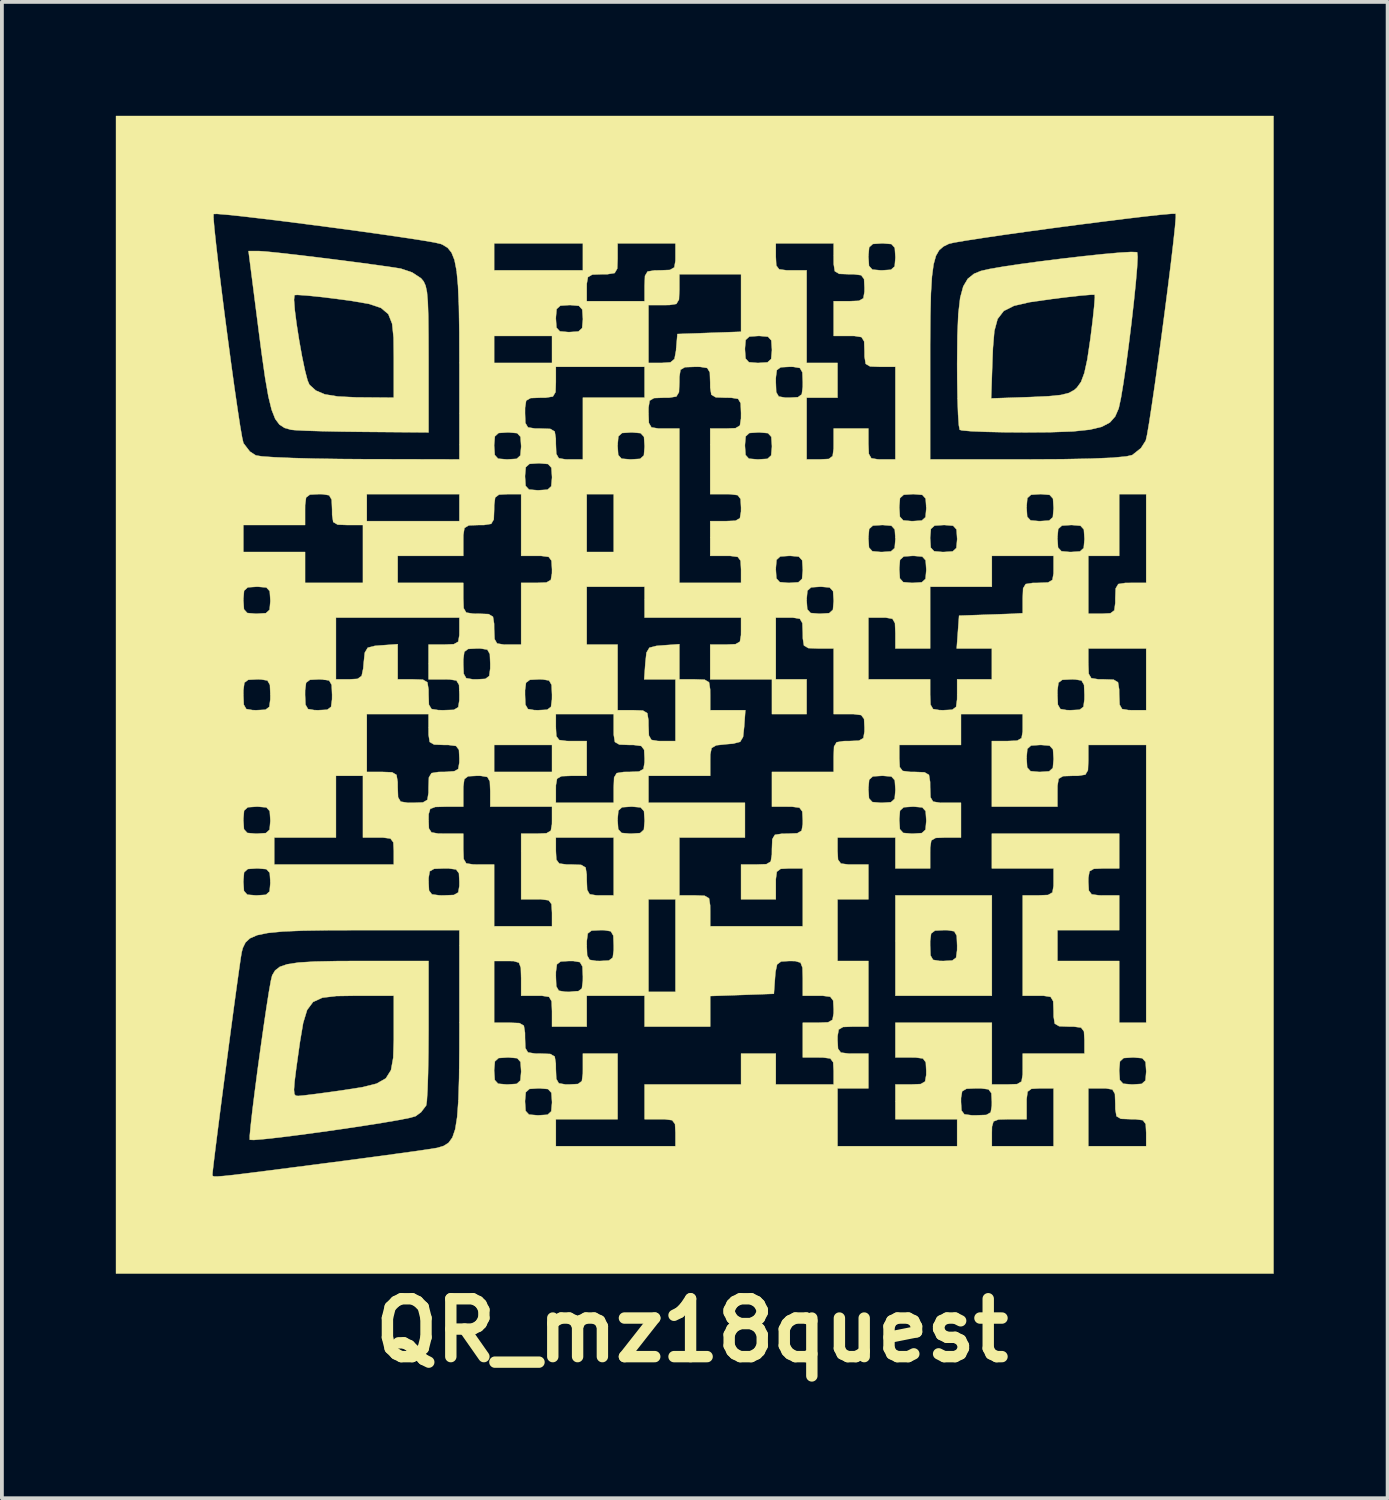
<source format=kicad_pcb>
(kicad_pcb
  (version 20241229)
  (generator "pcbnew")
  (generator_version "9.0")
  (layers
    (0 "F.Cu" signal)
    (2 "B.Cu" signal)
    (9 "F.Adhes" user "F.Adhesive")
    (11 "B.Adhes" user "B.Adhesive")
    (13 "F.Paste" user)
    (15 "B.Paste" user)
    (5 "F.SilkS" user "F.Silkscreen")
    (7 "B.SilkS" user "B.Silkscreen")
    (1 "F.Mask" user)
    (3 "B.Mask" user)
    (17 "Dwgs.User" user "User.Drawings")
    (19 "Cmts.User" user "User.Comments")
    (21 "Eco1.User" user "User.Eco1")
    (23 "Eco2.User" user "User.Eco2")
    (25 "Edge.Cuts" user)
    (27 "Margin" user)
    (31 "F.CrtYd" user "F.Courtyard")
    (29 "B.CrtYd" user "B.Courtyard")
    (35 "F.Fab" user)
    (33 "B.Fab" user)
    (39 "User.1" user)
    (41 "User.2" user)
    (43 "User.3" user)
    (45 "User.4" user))
  (footprint "QR_mz18quest"
    (layer "F.Cu")
    (at 15.245 15.245)
    (property "Reference" "QR_mz18quest" (at -0.074 16.739 0) (layer "F.SilkS") (effects (font (size 1.524 1.524) (thickness 0.3))))
    (attr through_hole)
    (fp_poly (pts (xy 7.823 7.925) (xy 5.283 7.925) (xy 5.283 6.604) (xy 6.198 6.604) (xy 6.208 6.864) (xy 6.275 6.98) (xy 6.448 7.009) (xy 6.553 7.01) (xy 6.781 6.998) (xy 6.882 6.922) (xy 6.908 6.724) (xy 6.909 6.604) (xy 6.898 6.344) (xy 6.832 6.228) (xy 6.658 6.199) (xy 6.553 6.198) (xy 6.326 6.21) (xy 6.224 6.286) (xy 6.198 6.484) (xy 6.198 6.604) (xy 5.283 6.604) (xy 5.283 5.283) (xy 7.823 5.283) (xy 7.823 7.925)) (stroke (width 0.01) (type solid)) (fill yes) (layer "F.SilkS"))
    (fp_poly (pts (xy -11.475 -11.684) (xy -11.29 -11.671) (xy -10.946 -11.636) (xy -10.486 -11.584) (xy -9.952 -11.52) (xy -9.387 -11.449) (xy -8.833 -11.378) (xy -8.333 -11.31) (xy -7.929 -11.252) (xy -7.741 -11.222) (xy -7.442 -11.121) (xy -7.208 -10.967) (xy -7.139 -10.884) (xy -7.088 -10.772) (xy -7.052 -10.603) (xy -7.03 -10.346) (xy -7.017 -9.971) (xy -7.012 -9.45) (xy -7.01 -8.839) (xy -7.01 -6.909) (xy -8.712 -6.923) (xy -9.295 -6.93) (xy -9.819 -6.941) (xy -10.245 -6.954) (xy -10.533 -6.969) (xy -10.632 -6.979) (xy -10.801 -7.027) (xy -10.937 -7.115) (xy -11.048 -7.265) (xy -11.142 -7.504) (xy -11.228 -7.855) (xy -11.313 -8.342) (xy -11.405 -8.99) (xy -11.478 -9.549) (xy -11.587 -10.401) (xy -10.553 -10.401) (xy -10.532 -10.128) (xy -10.484 -9.756) (xy -10.418 -9.335) (xy -10.343 -8.915) (xy -10.266 -8.546) (xy -10.196 -8.277) (xy -10.148 -8.165) (xy -9.978 -8.011) (xy -9.743 -7.911) (xy -9.402 -7.855) (xy -8.911 -7.831) (xy -8.763 -7.83) (xy -7.925 -7.823) (xy -7.925 -8.874) (xy -7.931 -9.399) (xy -7.969 -9.771) (xy -8.069 -10.023) (xy -8.262 -10.187) (xy -8.578 -10.293) (xy -9.048 -10.374) (xy -9.407 -10.422) (xy -9.854 -10.477) (xy -10.22 -10.514) (xy -10.463 -10.53) (xy -10.54 -10.525) (xy -10.553 -10.401) (xy -11.587 -10.401) (xy -11.751 -11.684) (xy -11.475 -11.684)) (stroke (width 0.01) (type solid)) (fill yes) (layer "F.SilkS"))
    (fp_poly (pts (xy -7.01 8.831) (xy -7.014 9.428) (xy -7.023 9.962) (xy -7.037 10.396) (xy -7.055 10.694) (xy -7.073 10.815) (xy -7.208 10.992) (xy -7.353 11.098) (xy -7.499 11.139) (xy -7.804 11.199) (xy -8.23 11.272) (xy -8.743 11.353) (xy -9.306 11.437) (xy -9.883 11.519) (xy -10.438 11.593) (xy -10.935 11.656) (xy -11.338 11.7) (xy -11.611 11.723) (xy -11.718 11.718) (xy -11.718 11.609) (xy -11.692 11.335) (xy -11.647 10.933) (xy -11.585 10.437) (xy -11.58 10.401) (xy -10.554 10.401) (xy -10.543 10.515) (xy -10.505 10.558) (xy -10.44 10.564) (xy -10.439 10.564) (xy -10.289 10.55) (xy -9.988 10.513) (xy -9.587 10.459) (xy -9.314 10.421) (xy -8.761 10.335) (xy -8.379 10.24) (xy -8.135 10.101) (xy -7.999 9.884) (xy -7.94 9.557) (xy -7.925 9.084) (xy -7.925 8.925) (xy -7.925 7.925) (xy -8.925 7.925) (xy -9.443 7.933) (xy -9.807 7.977) (xy -10.051 8.089) (xy -10.208 8.3) (xy -10.312 8.641) (xy -10.397 9.145) (xy -10.421 9.314) (xy -10.494 9.834) (xy -10.538 10.185) (xy -10.554 10.401) (xy -11.58 10.401) (xy -11.513 9.884) (xy -11.434 9.31) (xy -11.355 8.752) (xy -11.28 8.244) (xy -11.214 7.823) (xy -11.161 7.525) (xy -11.128 7.389) (xy -11.051 7.26) (xy -10.928 7.164) (xy -10.731 7.096) (xy -10.434 7.051) (xy -10.008 7.025) (xy -9.429 7.013) (xy -8.846 7.01) (xy -7.01 7.01) (xy -7.01 8.831)) (stroke (width 0.01) (type solid)) (fill yes) (layer "F.SilkS"))
    (fp_poly (pts (xy 11.642 -11.654) (xy 11.65 -11.65) (xy 11.661 -11.531) (xy 11.647 -11.248) (xy 11.612 -10.839) (xy 11.561 -10.341) (xy 11.499 -9.79) (xy 11.429 -9.225) (xy 11.357 -8.682) (xy 11.286 -8.199) (xy 11.222 -7.814) (xy 11.168 -7.562) (xy 11.16 -7.534) (xy 11.07 -7.327) (xy 10.931 -7.17) (xy 10.718 -7.057) (xy 10.403 -6.981) (xy 9.961 -6.935) (xy 9.365 -6.914) (xy 8.707 -6.909) (xy 8.145 -6.913) (xy 7.656 -6.924) (xy 7.275 -6.94) (xy 7.038 -6.961) (xy 6.977 -6.977) (xy 6.954 -7.096) (xy 6.934 -7.383) (xy 6.919 -7.803) (xy 6.919 -7.804) (xy 7.804 -7.804) (xy 8.827 -7.839) (xy 9.311 -7.861) (xy 9.638 -7.894) (xy 9.851 -7.947) (xy 9.997 -8.028) (xy 10.063 -8.088) (xy 10.172 -8.239) (xy 10.259 -8.474) (xy 10.337 -8.831) (xy 10.414 -9.349) (xy 10.421 -9.4) (xy 10.477 -9.848) (xy 10.516 -10.214) (xy 10.535 -10.456) (xy 10.533 -10.533) (xy 10.425 -10.533) (xy 10.158 -10.511) (xy 9.775 -10.468) (xy 9.4 -10.421) (xy 8.818 -10.338) (xy 8.407 -10.243) (xy 8.136 -10.107) (xy 7.974 -9.896) (xy 7.889 -9.58) (xy 7.851 -9.126) (xy 7.839 -8.827) (xy 7.804 -7.804) (xy 6.919 -7.804) (xy 6.911 -8.319) (xy 6.909 -8.707) (xy 6.916 -9.457) (xy 6.94 -10.03) (xy 6.989 -10.454) (xy 7.07 -10.753) (xy 7.189 -10.954) (xy 7.352 -11.085) (xy 7.534 -11.16) (xy 7.757 -11.211) (xy 8.121 -11.274) (xy 8.588 -11.344) (xy 9.123 -11.416) (xy 9.687 -11.486) (xy 10.243 -11.55) (xy 10.753 -11.604) (xy 11.182 -11.642) (xy 11.491 -11.66) (xy 11.642 -11.654)) (stroke (width 0.01) (type solid)) (fill yes) (layer "F.SilkS"))
    (fp_poly (pts (xy 15.24 15.24) (xy -15.24 15.24) (xy -15.24 12.65) (xy -12.702 12.65) (xy -12.694 12.671) (xy -12.655 12.684) (xy -12.562 12.684) (xy -12.394 12.671) (xy -12.13 12.643) (xy -11.748 12.596) (xy -11.226 12.53) (xy -10.543 12.442) (xy -9.801 12.346) (xy -9.063 12.25) (xy -8.38 12.159) (xy -7.78 12.077) (xy -7.294 12.01) (xy -6.95 11.959) (xy -6.78 11.931) (xy -6.614 11.881) (xy -6.483 11.798) (xy -6.382 11.658) (xy -6.308 11.44) (xy -6.257 11.121) (xy -6.227 10.719) (xy -4.47 10.719) (xy -4.455 10.957) (xy -4.366 11.055) (xy -4.142 11.074) (xy -4.115 11.074) (xy -3.876 11.059) (xy -3.779 10.97) (xy -3.759 10.746) (xy -3.759 10.719) (xy -3.775 10.48) (xy -3.864 10.383) (xy -4.088 10.363) (xy -4.115 10.363) (xy -4.353 10.379) (xy -4.451 10.468) (xy -4.47 10.692) (xy -4.47 10.719) (xy -6.227 10.719) (xy -6.224 10.681) (xy -6.206 10.096) (xy -6.204 9.906) (xy -5.283 9.906) (xy -5.267 10.144) (xy -5.179 10.242) (xy -4.955 10.262) (xy -4.928 10.262) (xy -4.689 10.246) (xy -4.592 10.157) (xy -4.572 9.933) (xy -4.572 9.906) (xy -4.588 9.668) (xy -4.676 9.57) (xy -4.901 9.55) (xy -4.928 9.55) (xy -5.166 9.566) (xy -5.264 9.655) (xy -5.283 9.879) (xy -5.283 9.906) (xy -6.204 9.906) (xy -6.199 9.344) (xy -6.198 8.743) (xy -6.198 7.01) (xy -5.283 7.01) (xy -5.283 8.636) (xy -4.877 8.636) (xy -4.617 8.646) (xy -4.501 8.714) (xy -4.471 8.9) (xy -4.47 9.042) (xy -4.461 9.303) (xy -4.392 9.418) (xy -4.206 9.448) (xy -4.064 9.449) (xy -3.804 9.459) (xy -3.688 9.527) (xy -3.659 9.713) (xy -3.658 9.855) (xy -3.647 10.115) (xy -3.58 10.231) (xy -3.407 10.261) (xy -3.302 10.262) (xy -3.074 10.249) (xy -2.973 10.173) (xy -2.947 9.975) (xy -2.946 9.855) (xy -2.946 9.449) (xy -2.032 9.449) (xy -2.032 11.176) (xy -3.658 11.176) (xy -3.658 11.887) (xy -0.508 11.887) (xy -0.508 11.532) (xy -0.52 11.304) (xy -0.596 11.203) (xy -0.794 11.177) (xy -0.914 11.176) (xy -1.321 11.176) (xy -1.321 10.262) (xy 1.219 10.262) (xy 1.219 9.449) (xy 2.134 9.449) (xy 2.134 10.262) (xy 3.658 10.262) (xy 3.658 9.906) (xy 3.645 9.678) (xy 3.569 9.577) (xy 3.371 9.551) (xy 3.251 9.55) (xy 2.845 9.55) (xy 2.845 8.636) (xy 3.251 8.636) (xy 3.511 8.625) (xy 3.627 8.559) (xy 3.657 8.385) (xy 3.658 8.28) (xy 3.645 8.053) (xy 3.569 7.952) (xy 3.371 7.926) (xy 3.251 7.925) (xy 2.845 7.925) (xy 2.845 7.468) (xy 2.837 7.187) (xy 2.786 7.054) (xy 2.648 7.013) (xy 2.495 7.01) (xy 2.275 7.023) (xy 2.168 7.1) (xy 2.126 7.296) (xy 2.114 7.442) (xy 2.083 7.874) (xy 1.245 7.904) (xy 0.406 7.933) (xy 0.406 8.738) (xy -1.321 8.738) (xy -1.321 7.925) (xy -2.845 7.925) (xy -2.845 8.738) (xy -3.759 8.738) (xy -3.759 8.331) (xy -3.769 8.071) (xy -3.837 7.955) (xy -4.023 7.926) (xy -4.166 7.925) (xy -4.572 7.925) (xy -4.572 7.468) (xy -4.573 7.417) (xy -3.658 7.417) (xy -3.647 7.677) (xy -3.58 7.793) (xy -3.407 7.822) (xy -3.302 7.823) (xy -3.074 7.811) (xy -2.973 7.735) (xy -2.947 7.537) (xy -2.946 7.417) (xy -2.957 7.157) (xy -3.024 7.041) (xy -3.197 7.011) (xy -3.302 7.01) (xy -3.53 7.023) (xy -3.631 7.099) (xy -3.657 7.297) (xy -3.658 7.417) (xy -4.573 7.417) (xy -4.58 7.187) (xy -4.631 7.054) (xy -4.769 7.013) (xy -4.928 7.01) (xy -5.283 7.01) (xy -6.198 7.01) (xy -6.198 6.604) (xy -2.845 6.604) (xy -2.834 6.864) (xy -2.768 6.98) (xy -2.594 7.009) (xy -2.489 7.01) (xy -2.262 6.998) (xy -2.16 6.922) (xy -2.134 6.724) (xy -2.134 6.604) (xy -2.144 6.344) (xy -2.211 6.228) (xy -2.384 6.199) (xy -2.489 6.198) (xy -2.717 6.21) (xy -2.818 6.286) (xy -2.844 6.484) (xy -2.845 6.604) (xy -6.198 6.604) (xy -6.198 6.198) (xy -8.743 6.198) (xy -9.617 6.2) (xy -10.31 6.211) (xy -10.844 6.233) (xy -11.241 6.272) (xy -11.523 6.33) (xy -11.713 6.413) (xy -11.831 6.523) (xy -11.901 6.666) (xy -11.931 6.78) (xy -11.957 6.937) (xy -12.003 7.26) (xy -12.067 7.717) (xy -12.143 8.276) (xy -12.227 8.904) (xy -12.315 9.571) (xy -12.404 10.243) (xy -12.488 10.89) (xy -12.563 11.478) (xy -12.626 11.977) (xy -12.672 12.354) (xy -12.697 12.577) (xy -12.7 12.62) (xy -12.702 12.65) (xy -15.24 12.65) (xy -15.24 4.928) (xy -11.887 4.928) (xy -11.871 5.166) (xy -11.783 5.264) (xy -11.559 5.283) (xy -11.532 5.283) (xy -11.293 5.267) (xy -11.196 5.179) (xy -11.176 4.955) (xy -11.176 4.928) (xy -7.01 4.928) (xy -6.998 5.155) (xy -6.922 5.256) (xy -6.724 5.282) (xy -6.604 5.283) (xy -6.344 5.272) (xy -6.228 5.206) (xy -6.199 5.033) (xy -6.198 4.928) (xy -6.21 4.7) (xy -6.286 4.599) (xy -6.484 4.573) (xy -6.604 4.572) (xy -6.864 4.583) (xy -6.98 4.649) (xy -7.009 4.823) (xy -7.01 4.928) (xy -11.176 4.928) (xy -11.192 4.689) (xy -11.28 4.592) (xy -11.505 4.572) (xy -11.532 4.572) (xy -11.77 4.588) (xy -11.868 4.676) (xy -11.887 4.901) (xy -11.887 4.928) (xy -15.24 4.928) (xy -15.24 3.759) (xy -11.074 3.759) (xy -11.074 4.47) (xy -7.925 4.47) (xy -7.925 4.115) (xy -7.937 3.887) (xy -8.013 3.786) (xy -8.211 3.76) (xy -8.331 3.759) (xy -8.738 3.759) (xy -8.738 3.302) (xy -7.01 3.302) (xy -7.001 3.52) (xy -6.934 3.624) (xy -6.757 3.655) (xy -6.553 3.658) (xy -6.096 3.658) (xy -6.096 4.064) (xy -6.086 4.324) (xy -6.018 4.44) (xy -5.832 4.469) (xy -5.69 4.47) (xy -5.283 4.47) (xy -5.283 6.096) (xy -3.759 6.096) (xy -3.759 5.74) (xy -3.772 5.513) (xy -3.847 5.412) (xy -4.046 5.386) (xy -4.166 5.385) (xy -1.219 5.385) (xy -1.219 7.823) (xy -0.508 7.823) (xy -0.508 5.385) (xy -1.219 5.385) (xy -4.166 5.385) (xy -4.572 5.385) (xy -4.572 3.759) (xy -3.658 3.759) (xy -3.658 4.115) (xy -3.645 4.342) (xy -3.569 4.444) (xy -3.371 4.47) (xy -3.251 4.47) (xy -2.991 4.48) (xy -2.875 4.549) (xy -2.846 4.734) (xy -2.845 4.877) (xy -2.834 5.137) (xy -2.768 5.253) (xy -2.594 5.282) (xy -2.489 5.283) (xy -2.134 5.283) (xy -2.134 3.759) (xy -3.658 3.759) (xy -4.572 3.759) (xy -4.572 3.658) (xy -4.166 3.658) (xy -3.905 3.647) (xy -3.79 3.58) (xy -3.76 3.407) (xy -3.759 3.302) (xy -2.032 3.302) (xy -2.016 3.54) (xy -1.928 3.638) (xy -1.703 3.658) (xy -1.676 3.658) (xy -1.438 3.642) (xy -1.34 3.553) (xy -1.321 3.329) (xy -1.321 3.302) (xy -1.337 3.064) (xy -1.425 2.966) (xy -1.649 2.946) (xy -1.676 2.946) (xy -1.915 2.962) (xy -2.012 3.051) (xy -2.032 3.275) (xy -2.032 3.302) (xy -3.759 3.302) (xy -3.759 2.946) (xy -5.385 2.946) (xy -5.385 2.54) (xy -5.396 2.28) (xy -5.462 2.164) (xy -5.635 2.135) (xy -5.74 2.134) (xy -5.968 2.146) (xy -6.069 2.222) (xy -6.095 2.42) (xy -6.096 2.54) (xy -6.096 2.946) (xy -6.553 2.946) (xy -6.834 2.954) (xy -6.967 3.005) (xy -7.008 3.144) (xy -7.01 3.302) (xy -8.738 3.302) (xy -8.738 2.134) (xy -9.449 2.134) (xy -9.449 3.759) (xy -11.074 3.759) (xy -15.24 3.759) (xy -15.24 3.302) (xy -11.887 3.302) (xy -11.871 3.54) (xy -11.783 3.638) (xy -11.559 3.658) (xy -11.532 3.658) (xy -11.293 3.642) (xy -11.196 3.553) (xy -11.176 3.329) (xy -11.176 3.302) (xy -11.192 3.064) (xy -11.28 2.966) (xy -11.505 2.946) (xy -11.532 2.946) (xy -11.77 2.962) (xy -11.868 3.051) (xy -11.887 3.275) (xy -11.887 3.302) (xy -15.24 3.302) (xy -15.24 0.508) (xy -8.636 0.508) (xy -8.636 2.032) (xy -8.23 2.032) (xy -7.969 2.042) (xy -7.854 2.11) (xy -7.824 2.296) (xy -7.823 2.438) (xy -7.813 2.699) (xy -7.745 2.814) (xy -7.559 2.844) (xy -7.417 2.845) (xy -7.157 2.835) (xy -7.041 2.767) (xy -7.011 2.581) (xy -7.01 2.438) (xy -7.001 2.178) (xy -6.932 2.063) (xy -6.746 2.033) (xy -6.604 2.032) (xy -6.344 2.021) (xy -6.228 1.955) (xy -6.199 1.781) (xy -6.198 1.676) (xy -6.21 1.449) (xy -6.286 1.348) (xy -6.484 1.322) (xy -6.604 1.321) (xy -5.283 1.321) (xy -5.283 2.032) (xy -3.759 2.032) (xy -3.759 1.321) (xy -5.283 1.321) (xy -6.604 1.321) (xy -6.864 1.311) (xy -6.98 1.243) (xy -7.009 1.057) (xy -7.01 0.914) (xy -7.01 0.508) (xy -3.658 0.508) (xy -3.658 0.864) (xy -3.645 1.091) (xy -3.569 1.192) (xy -3.371 1.218) (xy -3.251 1.219) (xy -2.845 1.219) (xy -2.845 2.134) (xy -3.251 2.134) (xy -3.511 2.144) (xy -3.627 2.211) (xy -3.657 2.384) (xy -3.658 2.489) (xy -3.658 2.845) (xy -2.134 2.845) (xy -2.134 2.438) (xy -2.124 2.178) (xy -2.055 2.063) (xy -1.87 2.033) (xy -1.727 2.032) (xy -1.467 2.021) (xy -1.351 1.955) (xy -1.322 1.781) (xy -1.321 1.676) (xy -1.333 1.449) (xy -1.409 1.348) (xy -1.607 1.322) (xy -1.727 1.321) (xy -1.987 1.311) (xy -2.103 1.243) (xy -2.133 1.057) (xy -2.134 0.914) (xy -2.134 0.508) (xy -3.658 0.508) (xy -7.01 0.508) (xy -8.636 0.508) (xy -15.24 0.508) (xy -15.24 0) (xy -11.887 0) (xy -11.876 0.26) (xy -11.81 0.376) (xy -11.637 0.405) (xy -11.532 0.406) (xy -11.304 0.394) (xy -11.203 0.318) (xy -11.177 0.12) (xy -11.176 0) (xy -10.262 0) (xy -10.251 0.26) (xy -10.184 0.376) (xy -10.011 0.405) (xy -9.906 0.406) (xy -9.678 0.394) (xy -9.577 0.318) (xy -9.551 0.12) (xy -9.55 0) (xy -9.561 -0.26) (xy -9.628 -0.376) (xy -9.801 -0.405) (xy -9.906 -0.406) (xy -10.134 -0.394) (xy -10.235 -0.318) (xy -10.261 -0.12) (xy -10.262 0) (xy -11.176 0) (xy -11.187 -0.26) (xy -11.253 -0.376) (xy -11.427 -0.405) (xy -11.532 -0.406) (xy -11.759 -0.394) (xy -11.86 -0.318) (xy -11.886 -0.12) (xy -11.887 0) (xy -15.24 0) (xy -15.24 -2.032) (xy -9.449 -2.032) (xy -9.449 -0.406) (xy -9.099 -0.406) (xy -8.879 -0.419) (xy -8.772 -0.496) (xy -8.73 -0.692) (xy -8.718 -0.838) (xy -8.689 -1.109) (xy -8.612 -1.239) (xy -8.427 -1.287) (xy -8.255 -1.301) (xy -7.823 -1.332) (xy -7.823 -0.406) (xy -7.417 -0.406) (xy -7.157 -0.397) (xy -7.041 -0.328) (xy -7.011 -0.142) (xy -7.01 0) (xy -7.001 0.26) (xy -6.932 0.376) (xy -6.746 0.405) (xy -6.604 0.406) (xy -6.344 0.397) (xy -6.228 0.328) (xy -6.199 0.142) (xy -6.198 0) (xy -4.47 0) (xy -4.46 0.26) (xy -4.393 0.376) (xy -4.22 0.405) (xy -4.115 0.406) (xy -3.887 0.394) (xy -3.786 0.318) (xy -3.76 0.12) (xy -3.759 0) (xy -3.77 -0.26) (xy -3.836 -0.376) (xy -4.01 -0.405) (xy -4.115 -0.406) (xy -4.342 -0.394) (xy -4.444 -0.318) (xy -4.47 -0.12) (xy -4.47 0) (xy -6.198 0) (xy -6.207 -0.26) (xy -6.276 -0.376) (xy -6.462 -0.405) (xy -6.604 -0.406) (xy -7.01 -0.406) (xy -7.01 -0.813) (xy -6.096 -0.813) (xy -6.085 -0.553) (xy -6.019 -0.437) (xy -5.845 -0.407) (xy -5.74 -0.406) (xy -5.513 -0.419) (xy -5.412 -0.495) (xy -5.386 -0.693) (xy -5.385 -0.813) (xy -5.396 -1.073) (xy -5.462 -1.189) (xy -5.635 -1.218) (xy -5.74 -1.219) (xy -5.968 -1.207) (xy -6.069 -1.131) (xy -6.095 -0.933) (xy -6.096 -0.813) (xy -7.01 -0.813) (xy -7.01 -1.321) (xy -6.604 -1.321) (xy -6.344 -1.332) (xy -6.228 -1.398) (xy -6.199 -1.571) (xy -6.198 -1.676) (xy -6.198 -2.032) (xy -9.449 -2.032) (xy -15.24 -2.032) (xy -15.24 -2.489) (xy -11.887 -2.489) (xy -11.871 -2.251) (xy -11.783 -2.153) (xy -11.559 -2.134) (xy -11.532 -2.134) (xy -11.293 -2.149) (xy -11.196 -2.238) (xy -11.176 -2.462) (xy -11.176 -2.489) (xy -11.192 -2.728) (xy -11.28 -2.825) (xy -11.505 -2.845) (xy -11.532 -2.845) (xy -11.77 -2.829) (xy -11.868 -2.74) (xy -11.887 -2.516) (xy -11.887 -2.489) (xy -15.24 -2.489) (xy -15.24 -4.47) (xy -11.887 -4.47) (xy -11.887 -3.759) (xy -10.262 -3.759) (xy -10.262 -2.946) (xy -8.738 -2.946) (xy -8.738 -3.658) (xy -7.823 -3.658) (xy -7.823 -2.946) (xy -6.096 -2.946) (xy -6.096 -2.54) (xy -6.086 -2.28) (xy -6.018 -2.164) (xy -5.832 -2.135) (xy -5.69 -2.134) (xy -5.429 -2.124) (xy -5.314 -2.055) (xy -5.284 -1.87) (xy -5.283 -1.727) (xy -5.272 -1.467) (xy -5.206 -1.351) (xy -5.033 -1.322) (xy -4.928 -1.321) (xy -4.572 -1.321) (xy -4.572 -2.845) (xy -2.845 -2.845) (xy -2.845 -1.321) (xy -2.032 -1.321) (xy -2.032 0.406) (xy -1.626 0.406) (xy -1.365 0.416) (xy -1.25 0.485) (xy -1.22 0.67) (xy -1.219 0.813) (xy -1.208 1.073) (xy -1.142 1.189) (xy -0.969 1.218) (xy -0.864 1.219) (xy -0.508 1.219) (xy -0.508 -0.406) (xy -1.332 -0.406) (xy -1.301 -0.838) (xy -1.272 -1.109) (xy -1.195 -1.239) (xy -1.01 -1.287) (xy -0.838 -1.301) (xy -0.406 -1.332) (xy -0.406 -0.406) (xy 0 -0.406) (xy 0.26 -0.397) (xy 0.376 -0.328) (xy 0.405 -0.142) (xy 0.406 0) (xy 0.406 0.406) (xy 1.332 0.406) (xy 1.301 0.838) (xy 1.272 1.109) (xy 1.195 1.239) (xy 1.01 1.287) (xy 0.838 1.301) (xy 0.568 1.33) (xy 0.443 1.402) (xy 0.408 1.573) (xy 0.406 1.733) (xy 0.406 2.134) (xy -1.219 2.134) (xy -1.219 2.845) (xy 1.321 2.845) (xy 1.321 3.759) (xy -0.406 3.759) (xy -0.406 5.283) (xy 0 5.283) (xy 0.26 5.293) (xy 0.376 5.361) (xy 0.405 5.547) (xy 0.406 5.69) (xy 0.406 6.096) (xy 2.845 6.096) (xy 2.845 4.572) (xy 2.489 4.572) (xy 2.262 4.584) (xy 2.16 4.66) (xy 2.134 4.858) (xy 2.134 4.978) (xy 2.134 5.385) (xy 1.219 5.385) (xy 1.219 4.47) (xy 1.626 4.47) (xy 1.886 4.461) (xy 2.001 4.392) (xy 2.031 4.206) (xy 2.032 4.064) (xy 2.042 3.804) (xy 2.068 3.759) (xy 3.759 3.759) (xy 3.759 4.115) (xy 3.772 4.342) (xy 3.847 4.444) (xy 4.046 4.47) (xy 4.166 4.47) (xy 4.572 4.47) (xy 4.572 5.385) (xy 3.759 5.385) (xy 3.759 7.01) (xy 4.572 7.01) (xy 4.572 8.738) (xy 4.166 8.738) (xy 3.905 8.748) (xy 3.79 8.815) (xy 3.76 8.988) (xy 3.759 9.093) (xy 3.772 9.321) (xy 3.847 9.422) (xy 4.046 9.448) (xy 4.166 9.449) (xy 4.572 9.449) (xy 4.572 10.363) (xy 3.759 10.363) (xy 3.759 11.887) (xy 6.909 11.887) (xy 6.909 11.532) (xy 7.823 11.532) (xy 7.823 11.887) (xy 9.449 11.887) (xy 9.449 10.363) (xy 10.363 10.363) (xy 10.363 11.887) (xy 11.887 11.887) (xy 11.887 11.532) (xy 11.875 11.304) (xy 11.799 11.203) (xy 11.601 11.177) (xy 11.481 11.176) (xy 11.221 11.166) (xy 11.105 11.098) (xy 11.075 10.912) (xy 11.074 10.77) (xy 11.064 10.509) (xy 10.997 10.394) (xy 10.824 10.364) (xy 10.719 10.363) (xy 10.363 10.363) (xy 9.449 10.363) (xy 9.093 10.363) (xy 8.866 10.376) (xy 8.764 10.451) (xy 8.738 10.65) (xy 8.738 10.77) (xy 8.738 11.176) (xy 8.28 11.176) (xy 7.999 11.184) (xy 7.866 11.235) (xy 7.826 11.373) (xy 7.823 11.532) (xy 6.909 11.532) (xy 6.909 11.176) (xy 5.283 11.176) (xy 5.283 10.719) (xy 7.01 10.719) (xy 7.023 10.946) (xy 7.099 11.048) (xy 7.297 11.074) (xy 7.417 11.074) (xy 7.677 11.064) (xy 7.793 10.997) (xy 7.822 10.824) (xy 7.823 10.719) (xy 7.811 10.491) (xy 7.735 10.39) (xy 7.537 10.364) (xy 7.417 10.363) (xy 7.157 10.374) (xy 7.041 10.44) (xy 7.011 10.614) (xy 7.01 10.719) (xy 5.283 10.719) (xy 5.283 10.262) (xy 5.69 10.262) (xy 5.95 10.251) (xy 6.065 10.184) (xy 6.095 10.011) (xy 6.096 9.906) (xy 6.084 9.678) (xy 6.008 9.577) (xy 5.81 9.551) (xy 5.69 9.55) (xy 5.283 9.55) (xy 5.283 8.636) (xy 7.823 8.636) (xy 7.823 10.262) (xy 8.23 10.262) (xy 8.49 10.252) (xy 8.605 10.183) (xy 8.635 9.998) (xy 8.636 9.906) (xy 11.176 9.906) (xy 11.192 10.144) (xy 11.28 10.242) (xy 11.505 10.262) (xy 11.532 10.262) (xy 11.77 10.246) (xy 11.868 10.157) (xy 11.887 9.933) (xy 11.887 9.906) (xy 11.871 9.668) (xy 11.783 9.57) (xy 11.559 9.55) (xy 11.532 9.55) (xy 11.293 9.566) (xy 11.196 9.655) (xy 11.176 9.879) (xy 11.176 9.906) (xy 8.636 9.906) (xy 8.636 9.855) (xy 8.636 9.449) (xy 10.262 9.449) (xy 10.262 9.093) (xy 10.249 8.866) (xy 10.173 8.764) (xy 9.975 8.738) (xy 9.855 8.738) (xy 9.595 8.728) (xy 9.479 8.659) (xy 9.45 8.474) (xy 9.449 8.331) (xy 9.439 8.071) (xy 9.371 7.955) (xy 9.185 7.926) (xy 9.042 7.925) (xy 8.636 7.925) (xy 8.636 5.283) (xy 9.042 5.283) (xy 9.303 5.272) (xy 9.418 5.206) (xy 9.448 5.033) (xy 9.449 4.928) (xy 9.449 4.572) (xy 7.823 4.572) (xy 7.823 3.658) (xy 11.176 3.658) (xy 11.176 4.572) (xy 10.77 4.572) (xy 10.509 4.583) (xy 10.394 4.649) (xy 10.364 4.823) (xy 10.363 4.928) (xy 10.376 5.155) (xy 10.451 5.256) (xy 10.65 5.282) (xy 10.77 5.283) (xy 11.176 5.283) (xy 11.176 6.198) (xy 9.55 6.198) (xy 9.55 7.01) (xy 11.176 7.01) (xy 11.176 8.636) (xy 11.887 8.636) (xy 11.887 1.321) (xy 10.363 1.321) (xy 10.363 1.727) (xy 10.353 1.987) (xy 10.285 2.103) (xy 10.099 2.133) (xy 9.957 2.134) (xy 9.697 2.143) (xy 9.581 2.212) (xy 9.551 2.398) (xy 9.55 2.54) (xy 9.55 2.946) (xy 7.823 2.946) (xy 7.823 1.676) (xy 8.738 1.676) (xy 8.753 1.915) (xy 8.842 2.012) (xy 9.066 2.032) (xy 9.093 2.032) (xy 9.332 2.016) (xy 9.429 1.928) (xy 9.449 1.703) (xy 9.449 1.676) (xy 9.433 1.438) (xy 9.344 1.34) (xy 9.12 1.321) (xy 9.093 1.321) (xy 8.855 1.337) (xy 8.757 1.425) (xy 8.738 1.649) (xy 8.738 1.676) (xy 7.823 1.676) (xy 7.823 1.219) (xy 8.23 1.219) (xy 8.49 1.208) (xy 8.605 1.142) (xy 8.635 0.969) (xy 8.636 0.864) (xy 8.636 0.508) (xy 7.01 0.508) (xy 7.01 1.321) (xy 5.385 1.321) (xy 5.385 1.676) (xy 5.397 1.904) (xy 5.473 2.005) (xy 5.671 2.031) (xy 5.791 2.032) (xy 6.051 2.042) (xy 6.167 2.11) (xy 6.197 2.296) (xy 6.198 2.438) (xy 6.207 2.699) (xy 6.276 2.814) (xy 6.462 2.844) (xy 6.604 2.845) (xy 7.01 2.845) (xy 7.01 3.759) (xy 6.604 3.759) (xy 6.344 3.769) (xy 6.228 3.837) (xy 6.199 4.023) (xy 6.198 4.166) (xy 6.198 4.572) (xy 5.283 4.572) (xy 5.283 3.759) (xy 3.759 3.759) (xy 2.068 3.759) (xy 2.11 3.688) (xy 2.296 3.659) (xy 2.438 3.658) (xy 2.699 3.647) (xy 2.814 3.58) (xy 2.844 3.407) (xy 2.845 3.302) (xy 5.385 3.302) (xy 5.401 3.54) (xy 5.489 3.638) (xy 5.713 3.658) (xy 5.74 3.658) (xy 5.979 3.642) (xy 6.076 3.553) (xy 6.096 3.329) (xy 6.096 3.302) (xy 6.08 3.064) (xy 5.992 2.966) (xy 5.767 2.946) (xy 5.74 2.946) (xy 5.502 2.962) (xy 5.404 3.051) (xy 5.385 3.275) (xy 5.385 3.302) (xy 2.845 3.302) (xy 2.832 3.074) (xy 2.757 2.973) (xy 2.558 2.947) (xy 2.438 2.946) (xy 2.032 2.946) (xy 2.032 2.489) (xy 4.572 2.489) (xy 4.588 2.728) (xy 4.676 2.825) (xy 4.901 2.845) (xy 4.928 2.845) (xy 5.166 2.829) (xy 5.264 2.74) (xy 5.283 2.516) (xy 5.283 2.489) (xy 5.267 2.251) (xy 5.179 2.153) (xy 4.955 2.134) (xy 4.928 2.134) (xy 4.689 2.149) (xy 4.592 2.238) (xy 4.572 2.462) (xy 4.572 2.489) (xy 2.032 2.489) (xy 2.032 2.032) (xy 3.658 2.032) (xy 3.658 1.626) (xy 3.667 1.365) (xy 3.736 1.25) (xy 3.922 1.22) (xy 4.064 1.219) (xy 4.324 1.208) (xy 4.44 1.142) (xy 4.469 0.969) (xy 4.47 0.864) (xy 4.458 0.636) (xy 4.382 0.535) (xy 4.184 0.509) (xy 4.064 0.508) (xy 3.658 0.508) (xy 3.658 -1.219) (xy 3.251 -1.219) (xy 2.991 -1.229) (xy 2.875 -1.297) (xy 2.846 -1.483) (xy 2.845 -1.626) (xy 2.834 -1.886) (xy 2.768 -2.001) (xy 2.594 -2.031) (xy 2.489 -2.032) (xy 4.572 -2.032) (xy 4.572 -0.406) (xy 6.198 -0.406) (xy 6.198 0) (xy 6.208 0.26) (xy 6.275 0.376) (xy 6.448 0.405) (xy 6.553 0.406) (xy 6.781 0.394) (xy 6.882 0.318) (xy 6.908 0.12) (xy 6.909 0) (xy 9.55 0) (xy 9.561 0.26) (xy 9.628 0.376) (xy 9.801 0.405) (xy 9.906 0.406) (xy 10.134 0.394) (xy 10.235 0.318) (xy 10.261 0.12) (xy 10.262 0) (xy 10.251 -0.26) (xy 10.184 -0.376) (xy 10.011 -0.405) (xy 9.906 -0.406) (xy 9.678 -0.394) (xy 9.577 -0.318) (xy 9.551 -0.12) (xy 9.55 0) (xy 6.909 0) (xy 6.909 -0.406) (xy 7.823 -0.406) (xy 7.823 -1.219) (xy 10.363 -1.219) (xy 10.363 -0.813) (xy 10.373 -0.553) (xy 10.441 -0.437) (xy 10.627 -0.407) (xy 10.77 -0.406) (xy 11.03 -0.397) (xy 11.145 -0.328) (xy 11.175 -0.142) (xy 11.176 0) (xy 11.187 0.26) (xy 11.253 0.376) (xy 11.427 0.405) (xy 11.532 0.406) (xy 11.887 0.406) (xy 11.887 -1.219) (xy 10.363 -1.219) (xy 7.823 -1.219) (xy 6.897 -1.219) (xy 6.96 -2.083) (xy 8.636 -2.142) (xy 8.636 -2.544) (xy 8.646 -2.802) (xy 8.715 -2.916) (xy 8.902 -2.945) (xy 9.042 -2.946) (xy 9.303 -2.957) (xy 9.418 -3.024) (xy 9.448 -3.197) (xy 9.449 -3.302) (xy 9.449 -3.658) (xy 10.363 -3.658) (xy 10.363 -2.134) (xy 10.719 -2.134) (xy 10.946 -2.146) (xy 11.048 -2.222) (xy 11.074 -2.42) (xy 11.074 -2.54) (xy 11.084 -2.8) (xy 11.153 -2.916) (xy 11.338 -2.945) (xy 11.481 -2.946) (xy 11.887 -2.946) (xy 11.887 -5.283) (xy 11.176 -5.283) (xy 11.176 -3.658) (xy 10.363 -3.658) (xy 9.449 -3.658) (xy 7.823 -3.658) (xy 7.823 -2.845) (xy 6.198 -2.845) (xy 6.198 -1.219) (xy 5.283 -1.219) (xy 5.283 -1.626) (xy 5.272 -1.886) (xy 5.206 -2.001) (xy 5.033 -2.031) (xy 4.928 -2.032) (xy 4.572 -2.032) (xy 2.489 -2.032) (xy 2.134 -2.032) (xy 2.134 -0.406) (xy 2.946 -0.406) (xy 2.946 0.508) (xy 2.032 0.508) (xy 2.032 -0.406) (xy 0.406 -0.406) (xy 0.406 -1.321) (xy 0.813 -1.321) (xy 1.073 -1.332) (xy 1.189 -1.398) (xy 1.218 -1.571) (xy 1.219 -1.676) (xy 1.219 -2.032) (xy -1.321 -2.032) (xy -1.321 -2.489) (xy 2.946 -2.489) (xy 2.962 -2.251) (xy 3.051 -2.153) (xy 3.275 -2.134) (xy 3.302 -2.134) (xy 3.54 -2.149) (xy 3.638 -2.238) (xy 3.658 -2.462) (xy 3.658 -2.489) (xy 3.642 -2.728) (xy 3.553 -2.825) (xy 3.329 -2.845) (xy 3.302 -2.845) (xy 3.064 -2.829) (xy 2.966 -2.74) (xy 2.946 -2.516) (xy 2.946 -2.489) (xy -1.321 -2.489) (xy -1.321 -2.845) (xy -2.845 -2.845) (xy -4.572 -2.845) (xy -4.572 -2.946) (xy -4.166 -2.946) (xy -3.905 -2.957) (xy -3.79 -3.024) (xy -3.76 -3.197) (xy -3.759 -3.302) (xy -3.772 -3.53) (xy -3.847 -3.631) (xy -4.046 -3.657) (xy -4.166 -3.658) (xy -4.572 -3.658) (xy -4.572 -5.283) (xy -2.845 -5.283) (xy -2.845 -3.759) (xy -2.134 -3.759) (xy -2.134 -5.283) (xy -2.845 -5.283) (xy -4.572 -5.283) (xy -4.928 -5.283) (xy -5.155 -5.271) (xy -5.256 -5.195) (xy -5.282 -4.997) (xy -5.283 -4.877) (xy -5.293 -4.617) (xy -5.361 -4.501) (xy -5.547 -4.471) (xy -5.69 -4.47) (xy -5.95 -4.461) (xy -6.065 -4.392) (xy -6.095 -4.206) (xy -6.096 -4.064) (xy -6.096 -3.658) (xy -7.823 -3.658) (xy -8.738 -3.658) (xy -8.738 -4.47) (xy -9.144 -4.47) (xy -9.404 -4.48) (xy -9.52 -4.549) (xy -9.549 -4.734) (xy -9.55 -4.877) (xy -9.561 -5.137) (xy -9.628 -5.253) (xy -9.801 -5.282) (xy -9.906 -5.283) (xy -8.636 -5.283) (xy -8.636 -4.572) (xy -6.198 -4.572) (xy -6.198 -5.283) (xy -8.636 -5.283) (xy -9.906 -5.283) (xy -10.134 -5.271) (xy -10.235 -5.195) (xy -10.261 -4.997) (xy -10.262 -4.877) (xy -10.262 -4.47) (xy -11.887 -4.47) (xy -15.24 -4.47) (xy -15.24 -5.74) (xy -4.47 -5.74) (xy -4.455 -5.502) (xy -4.366 -5.404) (xy -4.142 -5.385) (xy -4.115 -5.385) (xy -3.876 -5.401) (xy -3.779 -5.489) (xy -3.759 -5.713) (xy -3.759 -5.74) (xy -3.775 -5.979) (xy -3.864 -6.076) (xy -4.088 -6.096) (xy -4.115 -6.096) (xy -4.353 -6.08) (xy -4.451 -5.992) (xy -4.47 -5.767) (xy -4.47 -5.74) (xy -15.24 -5.74) (xy -15.24 -12.55) (xy -12.673 -12.55) (xy -12.649 -12.269) (xy -12.604 -11.848) (xy -12.543 -11.317) (xy -12.468 -10.707) (xy -12.385 -10.048) (xy -12.296 -9.371) (xy -12.207 -8.705) (xy -12.121 -8.083) (xy -12.041 -7.533) (xy -11.973 -7.086) (xy -11.919 -6.774) (xy -11.885 -6.626) (xy -11.716 -6.405) (xy -11.558 -6.303) (xy -11.396 -6.277) (xy -11.061 -6.254) (xy -10.584 -6.234) (xy -9.994 -6.218) (xy -9.324 -6.208) (xy -8.763 -6.204) (xy -6.198 -6.198) (xy -6.198 -6.553) (xy -5.283 -6.553) (xy -5.267 -6.315) (xy -5.179 -6.217) (xy -4.955 -6.198) (xy -4.928 -6.198) (xy -4.689 -6.213) (xy -4.592 -6.302) (xy -4.572 -6.526) (xy -4.572 -6.553) (xy -4.588 -6.792) (xy -4.676 -6.889) (xy -4.901 -6.909) (xy -4.928 -6.909) (xy -5.166 -6.893) (xy -5.264 -6.804) (xy -5.283 -6.58) (xy -5.283 -6.553) (xy -6.198 -6.553) (xy -6.198 -7.417) (xy -4.47 -7.417) (xy -4.461 -7.157) (xy -4.392 -7.041) (xy -4.206 -7.011) (xy -4.064 -7.01) (xy -3.804 -7.001) (xy -3.688 -6.932) (xy -3.659 -6.746) (xy -3.658 -6.604) (xy -3.647 -6.344) (xy -3.58 -6.228) (xy -3.407 -6.199) (xy -3.302 -6.198) (xy -2.946 -6.198) (xy -2.946 -6.553) (xy -2.032 -6.553) (xy -2.016 -6.315) (xy -1.928 -6.217) (xy -1.703 -6.198) (xy -1.676 -6.198) (xy -1.438 -6.213) (xy -1.34 -6.302) (xy -1.321 -6.526) (xy -1.321 -6.553) (xy -1.337 -6.792) (xy -1.425 -6.889) (xy -1.649 -6.909) (xy -1.676 -6.909) (xy -1.915 -6.893) (xy -2.012 -6.804) (xy -2.032 -6.58) (xy -2.032 -6.553) (xy -2.946 -6.553) (xy -2.946 -7.417) (xy -1.219 -7.417) (xy -1.209 -7.157) (xy -1.141 -7.041) (xy -0.955 -7.011) (xy -0.813 -7.01) (xy -0.406 -7.01) (xy -0.406 -2.946) (xy 1.219 -2.946) (xy 1.219 -3.302) (xy 2.134 -3.302) (xy 2.149 -3.064) (xy 2.238 -2.966) (xy 2.462 -2.946) (xy 2.489 -2.946) (xy 2.728 -2.962) (xy 2.825 -3.051) (xy 2.845 -3.275) (xy 2.845 -3.302) (xy 5.385 -3.302) (xy 5.401 -3.064) (xy 5.489 -2.966) (xy 5.713 -2.946) (xy 5.74 -2.946) (xy 5.979 -2.962) (xy 6.076 -3.051) (xy 6.096 -3.275) (xy 6.096 -3.302) (xy 6.08 -3.54) (xy 5.992 -3.638) (xy 5.767 -3.658) (xy 5.74 -3.658) (xy 5.502 -3.642) (xy 5.404 -3.553) (xy 5.385 -3.329) (xy 5.385 -3.302) (xy 2.845 -3.302) (xy 2.829 -3.54) (xy 2.74 -3.638) (xy 2.516 -3.658) (xy 2.489 -3.658) (xy 2.251 -3.642) (xy 2.153 -3.553) (xy 2.134 -3.329) (xy 2.134 -3.302) (xy 1.219 -3.302) (xy 1.207 -3.53) (xy 1.131 -3.631) (xy 0.933 -3.657) (xy 0.813 -3.658) (xy 0.406 -3.658) (xy 0.406 -4.115) (xy 4.572 -4.115) (xy 4.588 -3.876) (xy 4.676 -3.779) (xy 4.901 -3.759) (xy 4.928 -3.759) (xy 5.166 -3.775) (xy 5.264 -3.864) (xy 5.283 -4.088) (xy 5.283 -4.115) (xy 6.198 -4.115) (xy 6.213 -3.876) (xy 6.302 -3.779) (xy 6.526 -3.759) (xy 6.553 -3.759) (xy 6.792 -3.775) (xy 6.889 -3.864) (xy 6.909 -4.088) (xy 6.909 -4.115) (xy 9.55 -4.115) (xy 9.566 -3.876) (xy 9.655 -3.779) (xy 9.879 -3.759) (xy 9.906 -3.759) (xy 10.144 -3.775) (xy 10.242 -3.864) (xy 10.262 -4.088) (xy 10.262 -4.115) (xy 10.246 -4.353) (xy 10.157 -4.451) (xy 9.933 -4.47) (xy 9.906 -4.47) (xy 9.668 -4.455) (xy 9.57 -4.366) (xy 9.55 -4.142) (xy 9.55 -4.115) (xy 6.909 -4.115) (xy 6.893 -4.353) (xy 6.804 -4.451) (xy 6.58 -4.47) (xy 6.553 -4.47) (xy 6.315 -4.455) (xy 6.217 -4.366) (xy 6.198 -4.142) (xy 6.198 -4.115) (xy 5.283 -4.115) (xy 5.267 -4.353) (xy 5.179 -4.451) (xy 4.955 -4.47) (xy 4.928 -4.47) (xy 4.689 -4.455) (xy 4.592 -4.366) (xy 4.572 -4.142) (xy 4.572 -4.115) (xy 0.406 -4.115) (xy 0.406 -4.572) (xy 0.813 -4.572) (xy 1.073 -4.583) (xy 1.189 -4.649) (xy 1.218 -4.823) (xy 1.219 -4.928) (xy 5.385 -4.928) (xy 5.401 -4.689) (xy 5.489 -4.592) (xy 5.713 -4.572) (xy 5.74 -4.572) (xy 5.979 -4.588) (xy 6.076 -4.676) (xy 6.096 -4.901) (xy 6.096 -4.928) (xy 8.738 -4.928) (xy 8.753 -4.689) (xy 8.842 -4.592) (xy 9.066 -4.572) (xy 9.093 -4.572) (xy 9.332 -4.588) (xy 9.429 -4.676) (xy 9.449 -4.901) (xy 9.449 -4.928) (xy 9.433 -5.166) (xy 9.344 -5.264) (xy 9.12 -5.283) (xy 9.093 -5.283) (xy 8.855 -5.267) (xy 8.757 -5.179) (xy 8.738 -4.955) (xy 8.738 -4.928) (xy 6.096 -4.928) (xy 6.08 -5.166) (xy 5.992 -5.264) (xy 5.767 -5.283) (xy 5.74 -5.283) (xy 5.502 -5.267) (xy 5.404 -5.179) (xy 5.385 -4.955) (xy 5.385 -4.928) (xy 1.219 -4.928) (xy 1.207 -5.155) (xy 1.131 -5.256) (xy 0.933 -5.282) (xy 0.813 -5.283) (xy 0.406 -5.283) (xy 0.406 -6.553) (xy 1.321 -6.553) (xy 1.337 -6.315) (xy 1.425 -6.217) (xy 1.649 -6.198) (xy 1.676 -6.198) (xy 1.915 -6.213) (xy 2.012 -6.302) (xy 2.032 -6.526) (xy 2.032 -6.553) (xy 2.016 -6.792) (xy 1.928 -6.889) (xy 1.703 -6.909) (xy 1.676 -6.909) (xy 1.438 -6.893) (xy 1.34 -6.804) (xy 1.321 -6.58) (xy 1.321 -6.553) (xy 0.406 -6.553) (xy 0.406 -7.01) (xy 0.813 -7.01) (xy 1.073 -7.02) (xy 1.189 -7.089) (xy 1.218 -7.274) (xy 1.219 -7.417) (xy 1.209 -7.677) (xy 1.141 -7.793) (xy 0.955 -7.822) (xy 0.813 -7.823) (xy 0.553 -7.833) (xy 0.437 -7.901) (xy 0.407 -8.087) (xy 0.406 -8.23) (xy 2.134 -8.23) (xy 2.144 -7.969) (xy 2.211 -7.854) (xy 2.384 -7.824) (xy 2.489 -7.823) (xy 2.717 -7.836) (xy 2.818 -7.911) (xy 2.844 -8.11) (xy 2.845 -8.23) (xy 2.834 -8.49) (xy 2.768 -8.605) (xy 2.594 -8.635) (xy 2.489 -8.636) (xy 2.262 -8.624) (xy 2.16 -8.548) (xy 2.134 -8.35) (xy 2.134 -8.23) (xy 0.406 -8.23) (xy 0.397 -8.49) (xy 0.328 -8.605) (xy 0.142 -8.635) (xy 0 -8.636) (xy -0.26 -8.626) (xy -0.376 -8.558) (xy -0.405 -8.372) (xy -0.406 -8.23) (xy -0.416 -7.969) (xy -0.485 -7.854) (xy -0.67 -7.824) (xy -0.813 -7.823) (xy -1.073 -7.813) (xy -1.189 -7.745) (xy -1.218 -7.559) (xy -1.219 -7.417) (xy -2.946 -7.417) (xy -2.946 -7.823) (xy -1.321 -7.823) (xy -1.321 -8.636) (xy -3.658 -8.636) (xy -3.658 -8.23) (xy -3.667 -7.969) (xy -3.736 -7.854) (xy -3.922 -7.824) (xy -4.064 -7.823) (xy -4.324 -7.813) (xy -4.44 -7.745) (xy -4.469 -7.559) (xy -4.47 -7.417) (xy -6.198 -7.417) (xy -6.198 -8.672) (xy -6.2 -9.449) (xy -5.283 -9.449) (xy -5.283 -8.738) (xy -3.759 -8.738) (xy -3.759 -9.449) (xy -5.283 -9.449) (xy -6.2 -9.449) (xy -6.2 -9.543) (xy -6.206 -9.906) (xy -3.658 -9.906) (xy -3.642 -9.668) (xy -3.553 -9.57) (xy -3.329 -9.55) (xy -3.302 -9.55) (xy -3.064 -9.566) (xy -2.966 -9.655) (xy -2.946 -9.879) (xy -2.946 -9.906) (xy -2.962 -10.144) (xy -3.051 -10.242) (xy -3.275 -10.262) (xy -3.302 -10.262) (xy -1.219 -10.262) (xy -1.219 -8.738) (xy -0.87 -8.738) (xy -0.639 -8.754) (xy -0.534 -8.843) (xy -0.493 -9.064) (xy -0.491 -9.093) (xy 1.321 -9.093) (xy 1.337 -8.855) (xy 1.425 -8.757) (xy 1.649 -8.738) (xy 1.676 -8.738) (xy 1.915 -8.753) (xy 2.012 -8.842) (xy 2.032 -9.066) (xy 2.032 -9.093) (xy 2.016 -9.332) (xy 1.928 -9.429) (xy 1.703 -9.449) (xy 1.676 -9.449) (xy 1.438 -9.433) (xy 1.34 -9.344) (xy 1.321 -9.12) (xy 1.321 -9.093) (xy -0.491 -9.093) (xy -0.489 -9.119) (xy -0.457 -9.5) (xy 1.219 -9.559) (xy 1.219 -11.074) (xy -0.406 -11.074) (xy -0.406 -10.668) (xy -0.416 -10.408) (xy -0.485 -10.292) (xy -0.67 -10.263) (xy -0.813 -10.262) (xy -1.219 -10.262) (xy -3.302 -10.262) (xy -3.54 -10.246) (xy -3.638 -10.157) (xy -3.658 -9.933) (xy -3.658 -9.906) (xy -6.206 -9.906) (xy -6.211 -10.234) (xy -6.232 -10.719) (xy -2.845 -10.719) (xy -2.845 -10.363) (xy -1.321 -10.363) (xy -1.321 -10.77) (xy -1.311 -11.03) (xy -1.243 -11.145) (xy -1.057 -11.175) (xy -0.914 -11.176) (xy -0.654 -11.187) (xy -0.539 -11.253) (xy -0.509 -11.427) (xy -0.508 -11.532) (xy -0.508 -11.887) (xy 2.134 -11.887) (xy 2.134 -11.532) (xy 2.146 -11.304) (xy 2.222 -11.203) (xy 2.42 -11.177) (xy 2.54 -11.176) (xy 2.946 -11.176) (xy 2.946 -8.738) (xy 3.759 -8.738) (xy 3.759 -7.823) (xy 2.946 -7.823) (xy 2.946 -6.198) (xy 3.302 -6.198) (xy 3.53 -6.21) (xy 3.631 -6.286) (xy 3.657 -6.484) (xy 3.658 -6.604) (xy 3.658 -7.01) (xy 4.572 -7.01) (xy 4.572 -6.604) (xy 4.583 -6.344) (xy 4.649 -6.228) (xy 4.823 -6.199) (xy 4.928 -6.198) (xy 5.283 -6.198) (xy 5.283 -8.636) (xy 4.877 -8.636) (xy 4.617 -8.646) (xy 4.501 -8.714) (xy 4.498 -8.733) (xy 6.198 -8.733) (xy 6.198 -6.198) (xy 8.733 -6.198) (xy 9.677 -6.203) (xy 10.433 -6.218) (xy 10.998 -6.242) (xy 11.366 -6.277) (xy 11.52 -6.312) (xy 11.749 -6.494) (xy 11.876 -6.693) (xy 11.911 -6.847) (xy 11.965 -7.164) (xy 12.034 -7.614) (xy 12.115 -8.165) (xy 12.202 -8.788) (xy 12.292 -9.451) (xy 12.381 -10.125) (xy 12.465 -10.778) (xy 12.54 -11.38) (xy 12.601 -11.901) (xy 12.645 -12.309) (xy 12.667 -12.574) (xy 12.666 -12.666) (xy 12.557 -12.666) (xy 12.276 -12.642) (xy 11.856 -12.596) (xy 11.327 -12.533) (xy 10.719 -12.457) (xy 10.063 -12.373) (xy 9.389 -12.284) (xy 8.728 -12.194) (xy 8.11 -12.107) (xy 7.567 -12.027) (xy 7.129 -11.959) (xy 6.826 -11.907) (xy 6.693 -11.876) (xy 6.55 -11.806) (xy 6.436 -11.708) (xy 6.35 -11.558) (xy 6.288 -11.333) (xy 6.245 -11.01) (xy 6.218 -10.566) (xy 6.204 -9.977) (xy 6.198 -9.221) (xy 6.198 -8.733) (xy 4.498 -8.733) (xy 4.471 -8.9) (xy 4.47 -9.042) (xy 4.461 -9.303) (xy 4.392 -9.418) (xy 4.206 -9.448) (xy 4.064 -9.449) (xy 3.658 -9.449) (xy 3.658 -10.363) (xy 4.064 -10.363) (xy 4.324 -10.374) (xy 4.44 -10.44) (xy 4.469 -10.614) (xy 4.47 -10.719) (xy 4.458 -10.946) (xy 4.382 -11.048) (xy 4.184 -11.074) (xy 4.064 -11.074) (xy 3.804 -11.084) (xy 3.688 -11.153) (xy 3.659 -11.338) (xy 3.658 -11.481) (xy 3.658 -11.532) (xy 4.572 -11.532) (xy 4.588 -11.293) (xy 4.676 -11.196) (xy 4.901 -11.176) (xy 4.928 -11.176) (xy 5.166 -11.192) (xy 5.264 -11.28) (xy 5.283 -11.505) (xy 5.283 -11.532) (xy 5.267 -11.77) (xy 5.179 -11.868) (xy 4.955 -11.887) (xy 4.928 -11.887) (xy 4.689 -11.871) (xy 4.592 -11.783) (xy 4.572 -11.559) (xy 4.572 -11.532) (xy 3.658 -11.532) (xy 3.658 -11.887) (xy 2.134 -11.887) (xy -0.508 -11.887) (xy -2.032 -11.887) (xy -2.032 -11.481) (xy -2.042 -11.221) (xy -2.11 -11.105) (xy -2.296 -11.075) (xy -2.438 -11.074) (xy -2.699 -11.064) (xy -2.814 -10.997) (xy -2.844 -10.824) (xy -2.845 -10.719) (xy -6.232 -10.719) (xy -6.234 -10.767) (xy -6.271 -11.164) (xy -6.327 -11.449) (xy -6.405 -11.644) (xy -6.508 -11.771) (xy -6.64 -11.852) (xy -6.687 -11.872) (xy -6.752 -11.887) (xy -5.283 -11.887) (xy -5.283 -11.176) (xy -2.946 -11.176) (xy -2.946 -11.887) (xy -5.283 -11.887) (xy -6.752 -11.887) (xy -6.845 -11.909) (xy -7.166 -11.964) (xy -7.619 -12.034) (xy -8.173 -12.115) (xy -8.798 -12.203) (xy -9.463 -12.293) (xy -10.137 -12.381) (xy -10.791 -12.465) (xy -11.393 -12.538) (xy -11.912 -12.599) (xy -12.319 -12.641) (xy -12.583 -12.663) (xy -12.672 -12.66) (xy -12.673 -12.55) (xy -15.24 -12.55) (xy -15.24 -15.24) (xy 15.24 -15.24) (xy 15.24 15.24)) (stroke (width 0.01) (type solid)) (fill yes) (layer "F.SilkS")))
  (gr_rect
    (start -3 -3)
    (end 33.49 36.402)
    (stroke (width 0.1) (type default))
    (fill no)
    (layer "Edge.Cuts")))
</source>
